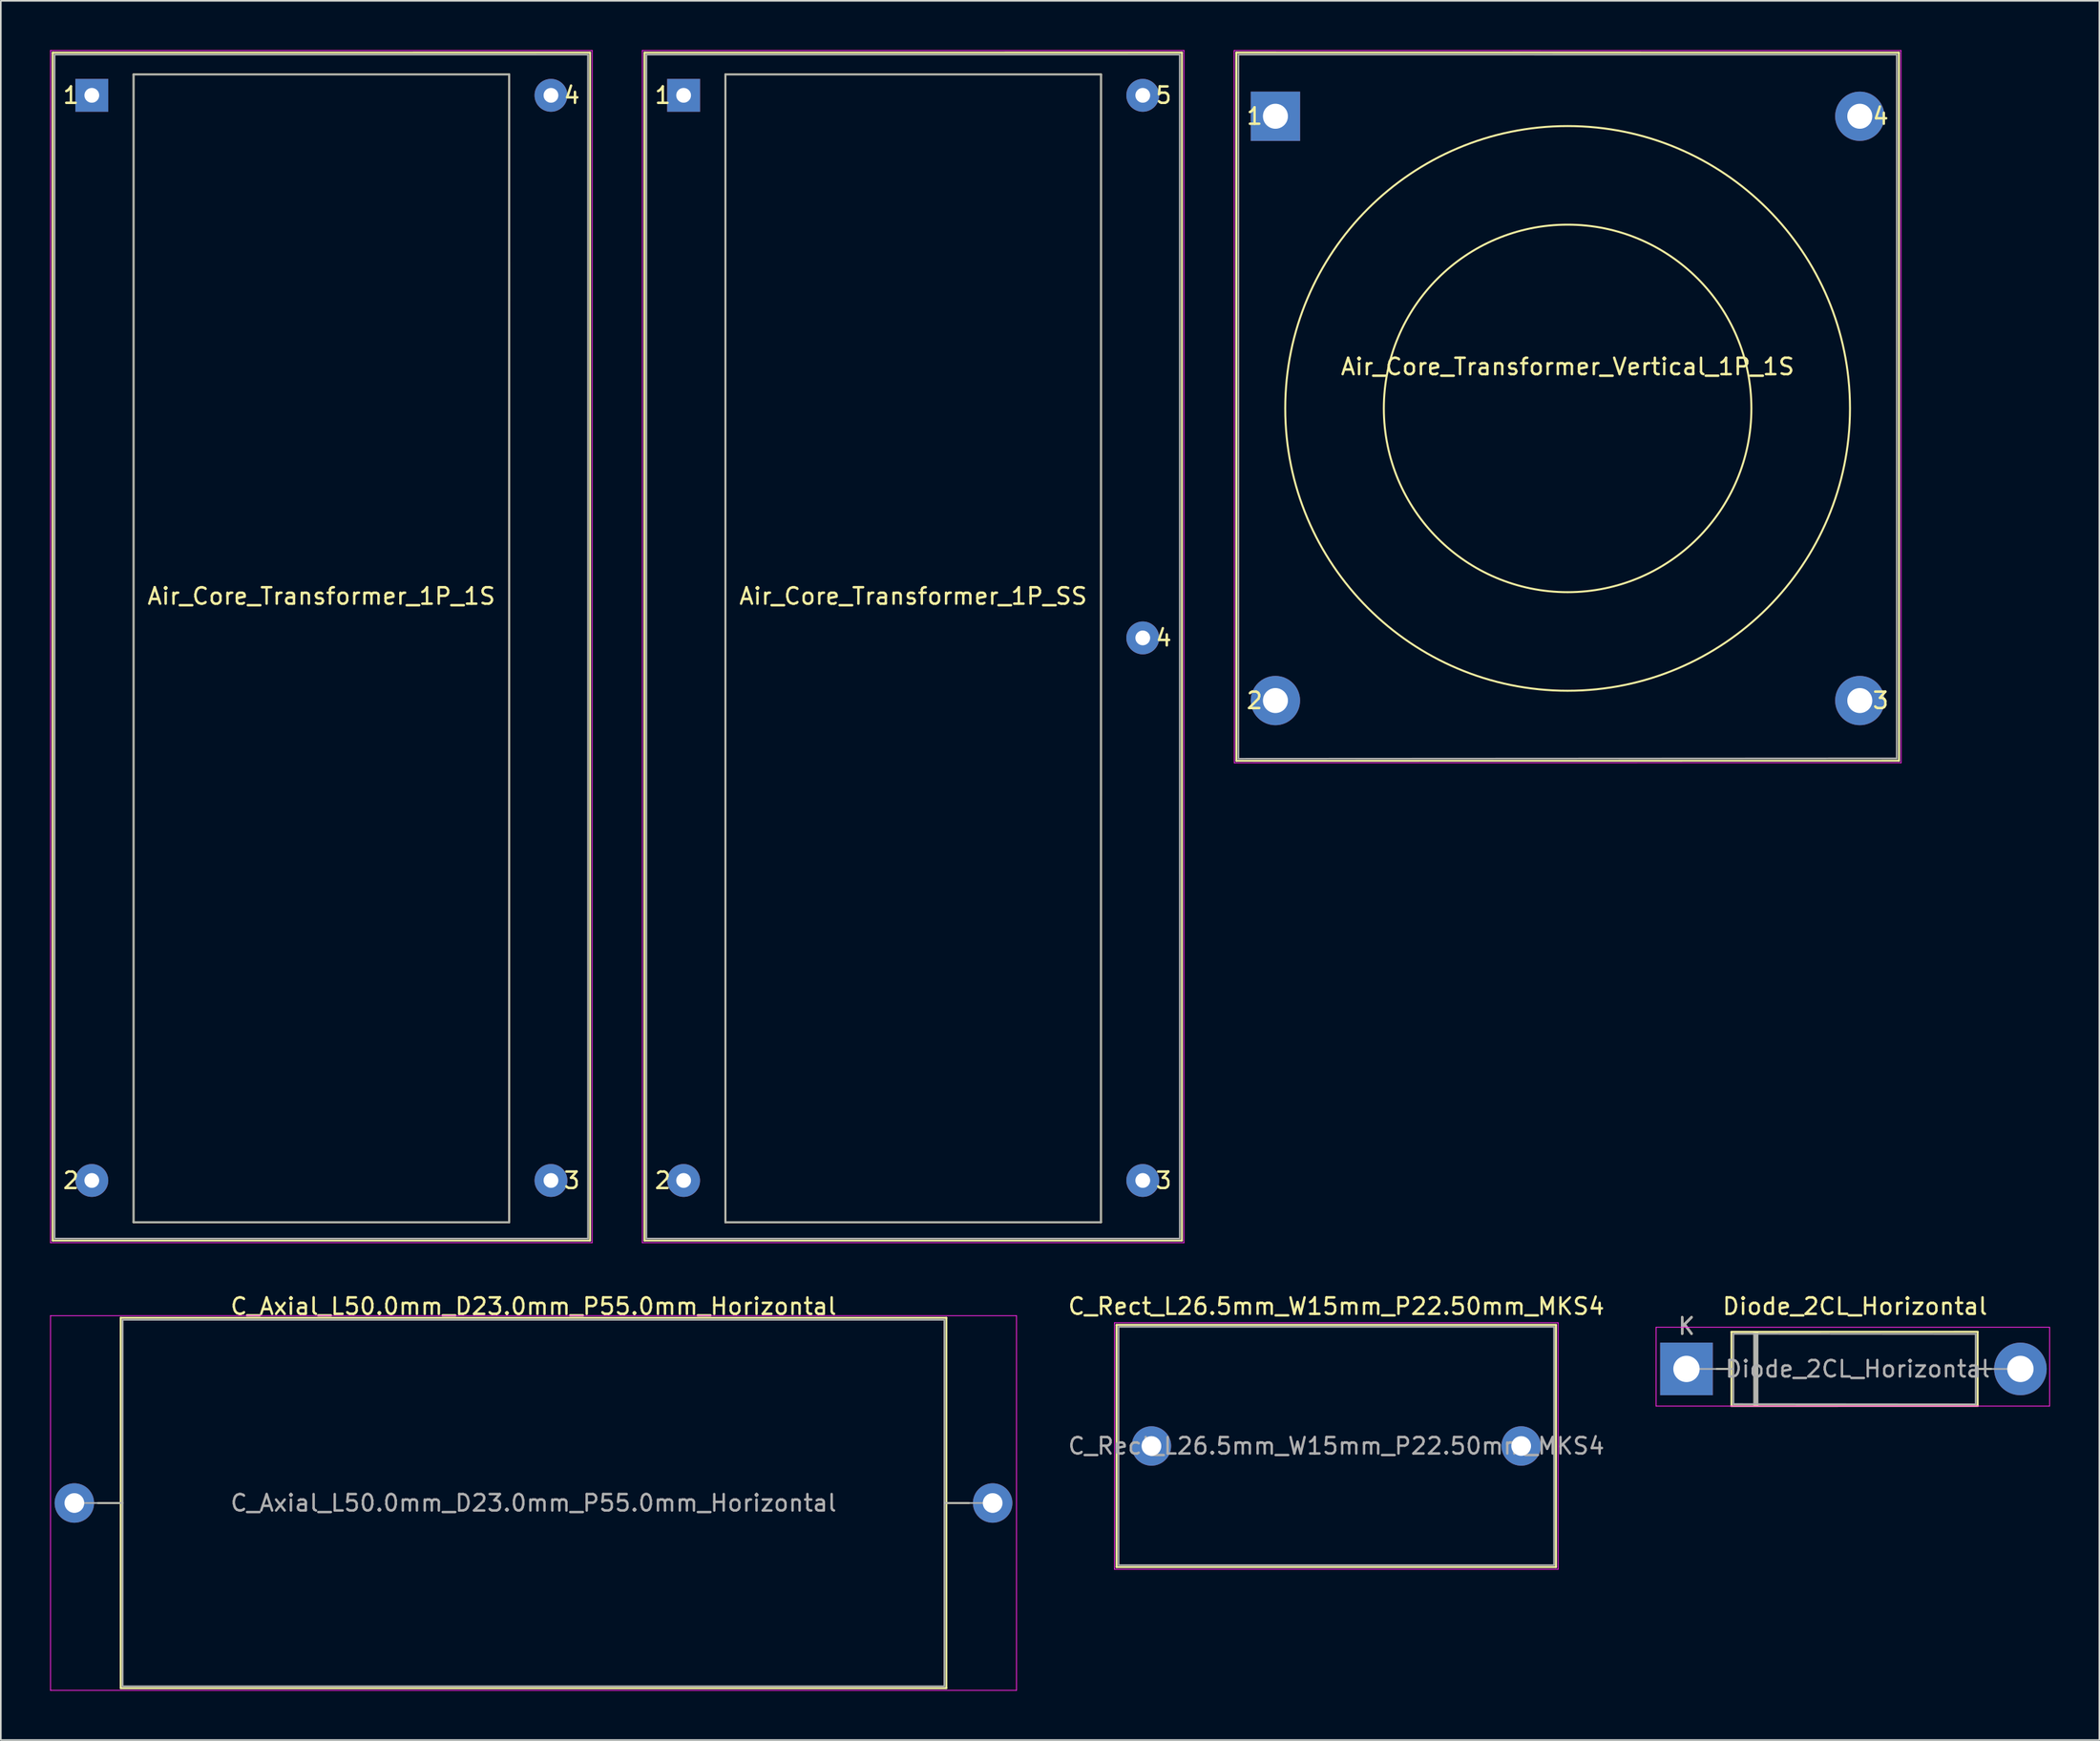
<source format=kicad_pcb>
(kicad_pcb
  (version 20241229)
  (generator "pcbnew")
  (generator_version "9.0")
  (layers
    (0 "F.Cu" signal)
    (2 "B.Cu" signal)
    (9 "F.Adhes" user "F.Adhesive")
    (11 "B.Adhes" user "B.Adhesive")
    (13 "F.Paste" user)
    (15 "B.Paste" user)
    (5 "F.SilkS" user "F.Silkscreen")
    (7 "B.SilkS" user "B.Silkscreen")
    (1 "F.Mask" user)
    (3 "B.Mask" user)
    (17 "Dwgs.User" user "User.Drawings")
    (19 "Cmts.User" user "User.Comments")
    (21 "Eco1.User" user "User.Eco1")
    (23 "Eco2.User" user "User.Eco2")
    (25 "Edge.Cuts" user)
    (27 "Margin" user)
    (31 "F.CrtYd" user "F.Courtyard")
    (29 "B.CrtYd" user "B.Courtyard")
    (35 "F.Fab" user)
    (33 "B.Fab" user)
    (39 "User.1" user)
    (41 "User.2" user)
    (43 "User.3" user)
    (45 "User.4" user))
  (footprint "Air_Core_Transformer_Vertical_1P_1S"
    (layer "F.Cu")
    (at 74.561 4.025)
    (property "Reference" "Air_Core_Transformer_Vertical_1P_1S" (at 17.78 15.24 0) (layer "F.SilkS") (effects (font (size 1 1) (thickness 0.15))))
    (attr through_hole)
    (fp_line (start -2.382 -3.875) (end -2.375 39.225) (stroke (width 0.12) (type solid)) (layer "F.SilkS"))
    (fp_line (start -2.382 -3.875) (end 37.94 -3.87) (stroke (width 0.12) (type solid)) (layer "F.SilkS"))
    (fp_line (start 37.94 -3.87) (end 37.948 39.218) (stroke (width 0.12) (type solid)) (layer "F.SilkS"))
    (fp_line (start 37.948 39.218) (end -2.375 39.225) (stroke (width 0.12) (type solid)) (layer "F.SilkS"))
    (fp_circle (center 17.78 17.78) (end 28.963 17.78) (stroke (width 0.12) (type solid)) (fill no) (layer "F.SilkS"))
    (fp_circle (center 17.78 17.78) (end 34.963 17.78) (stroke (width 0.12) (type solid)) (fill no) (layer "F.SilkS"))
    (fp_line (start -2.512 -4) (end -2.5 39.35) (stroke (width 0.05) (type solid)) (layer "F.CrtYd"))
    (fp_line (start -2.512 -4) (end 38.07 -3.997) (stroke (width 0.05) (type solid)) (layer "F.CrtYd"))
    (fp_line (start 38.07 -3.997) (end 38.075 39.345) (stroke (width 0.05) (type solid)) (layer "F.CrtYd"))
    (fp_line (start 38.075 39.345) (end -2.5 39.35) (stroke (width 0.05) (type solid)) (layer "F.CrtYd"))
    (fp_line (start -2.25 -3.75) (end 37.81 -3.747) (stroke (width 0.1) (type solid)) (layer "F.Fab"))
    (fp_line (start -2.25 39.1) (end -2.25 -3.75) (stroke (width 0.1) (type solid)) (layer "F.Fab"))
    (fp_line (start 37.808 39.078) (end -2.25 39.1) (stroke (width 0.1) (type solid)) (layer "F.Fab"))
    (fp_line (start 37.808 39.078) (end 37.81 -3.747) (stroke (width 0.1) (type solid)) (layer "F.Fab"))
    (fp_text user "4" (at 36.83 0 0) (layer "F.SilkS") (effects (font (size 1 1) (thickness 0.15))))
    (fp_text user "2" (at -1.27 35.56 0) (layer "F.SilkS") (effects (font (size 1 1) (thickness 0.15))))
    (fp_text user "3" (at 36.83 35.56 0) (layer "F.SilkS") (effects (font (size 1 1) (thickness 0.15))))
    (fp_text user "1" (at -1.27 0 0) (layer "F.SilkS") (effects (font (size 1 1) (thickness 0.15))))
    (pad "1" thru_hole rect (at 0 0) (size 3 3) (drill 1.52) (layers "*.Cu" "*.Mask"))
    (pad "2" thru_hole circle (at 0 35.56) (size 3 3) (drill 1.52) (layers "*.Cu" "*.Mask"))
    (pad "3" thru_hole circle (at 35.56 35.56) (size 3 3) (drill 1.52) (layers "*.Cu" "*.Mask"))
    (pad "4" thru_hole circle (at 35.56 0) (size 3 3) (drill 1.52) (layers "*.Cu" "*.Mask")))
  (footprint "C_Rect_L26.5mm_W15mm_P22.50mm_MKS4"
    (layer "F.Cu")
    (at 67.015 84.951)
    (property "Reference" "C_Rect_L26.5mm_W15mm_P22.50mm_MKS4" (at 11.25 -8.5 0) (layer "F.SilkS") (effects (font (size 1 1) (thickness 0.15))))
    (attr through_hole)
    (fp_line (start -2.12 -7.37) (end -2.12 7.37) (stroke (width 0.12) (type solid)) (layer "F.SilkS"))
    (fp_line (start -2.12 -7.37) (end 24.62 -7.37) (stroke (width 0.12) (type solid)) (layer "F.SilkS"))
    (fp_line (start -2.12 7.37) (end 24.62 7.37) (stroke (width 0.12) (type solid)) (layer "F.SilkS"))
    (fp_line (start 24.62 -7.37) (end 24.62 7.37) (stroke (width 0.12) (type solid)) (layer "F.SilkS"))
    (fp_line (start -2.25 -7.5) (end -2.25 7.5) (stroke (width 0.05) (type solid)) (layer "F.CrtYd"))
    (fp_line (start -2.25 7.5) (end 24.75 7.5) (stroke (width 0.05) (type solid)) (layer "F.CrtYd"))
    (fp_line (start 24.75 -7.5) (end -2.25 -7.5) (stroke (width 0.05) (type solid)) (layer "F.CrtYd"))
    (fp_line (start 24.75 7.5) (end 24.75 -7.5) (stroke (width 0.05) (type solid)) (layer "F.CrtYd"))
    (fp_line (start -2 -7.25) (end -2 7.25) (stroke (width 0.1) (type solid)) (layer "F.Fab"))
    (fp_line (start -2 7.25) (end 24.5 7.25) (stroke (width 0.1) (type solid)) (layer "F.Fab"))
    (fp_line (start 24.5 -7.25) (end -2 -7.25) (stroke (width 0.1) (type solid)) (layer "F.Fab"))
    (fp_line (start 24.5 7.25) (end 24.5 -7.25) (stroke (width 0.1) (type solid)) (layer "F.Fab"))
    (fp_text user "${REFERENCE}" (at 11.25 0 0) (layer "F.Fab") (effects (font (size 1 1) (thickness 0.15))))
    (pad "1" thru_hole circle (at 0 0) (size 2.4 2.4) (drill 1.2) (layers "*.Cu" "*.Mask"))
    (pad "2" thru_hole circle (at 22.5 0) (size 2.4 2.4) (drill 1.2) (layers "*.Cu" "*.Mask")))
  (footprint "Air_Core_Transformer_1P_SS"
    (layer "F.Cu")
    (at 38.549 2.752)
    (property "Reference" "Air_Core_Transformer_1P_SS" (at 13.97 30.48 0) (layer "F.SilkS") (effects (font (size 1 1) (thickness 0.15))))
    (attr through_hole)
    (fp_line (start -2.382 -2.597) (end -2.382 69.696) (stroke (width 0.12) (type solid)) (layer "F.SilkS"))
    (fp_line (start -2.382 -2.597) (end 30.32 -2.6) (stroke (width 0.12) (type solid)) (layer "F.SilkS"))
    (fp_line (start 2.54 68.58) (end 2.54 -1.27) (stroke (width 0.12) (type solid)) (layer "F.SilkS"))
    (fp_line (start 25.4 -1.27) (end 2.54 -1.27) (stroke (width 0.12) (type solid)) (layer "F.SilkS"))
    (fp_line (start 25.4 68.58) (end 2.54 68.58) (stroke (width 0.12) (type solid)) (layer "F.SilkS"))
    (fp_line (start 25.4 68.58) (end 25.4 -1.27) (stroke (width 0.12) (type solid)) (layer "F.SilkS"))
    (fp_line (start 30.32 -2.6) (end 30.32 69.696) (stroke (width 0.12) (type solid)) (layer "F.SilkS"))
    (fp_line (start 30.32 69.696) (end -2.382 69.696) (stroke (width 0.12) (type solid)) (layer "F.SilkS"))
    (fp_line (start -2.512 -2.727) (end -2.512 69.826) (stroke (width 0.05) (type solid)) (layer "F.CrtYd"))
    (fp_line (start -2.512 -2.727) (end 30.45 -2.727) (stroke (width 0.05) (type solid)) (layer "F.CrtYd"))
    (fp_line (start 30.448 69.826) (end -2.512 69.826) (stroke (width 0.05) (type solid)) (layer "F.CrtYd"))
    (fp_line (start 30.45 -2.727) (end 30.448 69.826) (stroke (width 0.05) (type solid)) (layer "F.CrtYd"))
    (fp_line (start -2.262 -2.477) (end 30.19 -2.477) (stroke (width 0.1) (type solid)) (layer "F.Fab"))
    (fp_line (start -2.262 69.576) (end -2.262 -2.477) (stroke (width 0.1) (type solid)) (layer "F.Fab"))
    (fp_line (start 2.54 -1.27) (end 2.54 68.58) (stroke (width 0.1) (type solid)) (layer "F.Fab"))
    (fp_line (start 2.54 -1.27) (end 25.4 -1.27) (stroke (width 0.1) (type solid)) (layer "F.Fab"))
    (fp_line (start 25.4 -1.27) (end 25.39 68.58) (stroke (width 0.1) (type solid)) (layer "F.Fab"))
    (fp_line (start 25.4 68.58) (end 2.53 68.58) (stroke (width 0.1) (type solid)) (layer "F.Fab"))
    (fp_line (start 30.192 69.576) (end -2.262 69.576) (stroke (width 0.1) (type solid)) (layer "F.Fab"))
    (fp_line (start 30.192 69.576) (end 30.19 -2.477) (stroke (width 0.1) (type solid)) (layer "F.Fab"))
    (fp_text user "3" (at 29.21 66.04 0) (layer "F.SilkS") (effects (font (size 1 1) (thickness 0.15))))
    (fp_text user "1" (at -1.27 0 0) (layer "F.SilkS") (effects (font (size 1 1) (thickness 0.15))))
    (fp_text user "5" (at 29.21 0 0) (layer "F.SilkS") (effects (font (size 1 1) (thickness 0.15))))
    (fp_text user "4" (at 29.21 33.02 0) (layer "F.SilkS") (effects (font (size 1 1) (thickness 0.15))))
    (fp_text user "2" (at -1.27 66.04 0) (layer "F.SilkS") (effects (font (size 1 1) (thickness 0.15))))
    (pad "1" thru_hole rect (at 0 0) (size 2 2) (drill 0.9) (layers "*.Cu" "*.Mask"))
    (pad "2" thru_hole circle (at 0 66.04) (size 2 2) (drill 0.9) (layers "*.Cu" "*.Mask"))
    (pad "3" thru_hole circle (at 27.94 66.04) (size 2 2) (drill 0.9) (layers "*.Cu" "*.Mask"))
    (pad "4" thru_hole circle (at 27.94 33.02) (size 2 2) (drill 0.9) (layers "*.Cu" "*.Mask"))
    (pad "5" thru_hole circle (at 27.94 0) (size 2 2) (drill 0.9) (layers "*.Cu" "*.Mask")))
  (footprint "Air_Core_Transformer_1P_1S"
    (layer "F.Cu")
    (at 2.537 2.752)
    (property "Reference" "Air_Core_Transformer_1P_1S" (at 13.97 30.48 0) (layer "F.SilkS") (effects (font (size 1 1) (thickness 0.15))))
    (attr through_hole)
    (fp_line (start -2.382 -2.597) (end -2.382 69.696) (stroke (width 0.12) (type solid)) (layer "F.SilkS"))
    (fp_line (start -2.382 -2.597) (end 30.32 -2.6) (stroke (width 0.12) (type solid)) (layer "F.SilkS"))
    (fp_line (start 2.54 68.58) (end 2.54 -1.27) (stroke (width 0.12) (type solid)) (layer "F.SilkS"))
    (fp_line (start 25.4 -1.27) (end 2.54 -1.27) (stroke (width 0.12) (type solid)) (layer "F.SilkS"))
    (fp_line (start 25.4 68.58) (end 2.54 68.58) (stroke (width 0.12) (type solid)) (layer "F.SilkS"))
    (fp_line (start 25.4 68.58) (end 25.4 -1.27) (stroke (width 0.12) (type solid)) (layer "F.SilkS"))
    (fp_line (start 30.32 -2.6) (end 30.32 69.696) (stroke (width 0.12) (type solid)) (layer "F.SilkS"))
    (fp_line (start 30.32 69.696) (end -2.382 69.696) (stroke (width 0.12) (type solid)) (layer "F.SilkS"))
    (fp_line (start -2.512 -2.727) (end -2.512 69.826) (stroke (width 0.05) (type solid)) (layer "F.CrtYd"))
    (fp_line (start -2.512 -2.727) (end 30.45 -2.727) (stroke (width 0.05) (type solid)) (layer "F.CrtYd"))
    (fp_line (start 30.448 69.826) (end -2.512 69.826) (stroke (width 0.05) (type solid)) (layer "F.CrtYd"))
    (fp_line (start 30.45 -2.727) (end 30.448 69.826) (stroke (width 0.05) (type solid)) (layer "F.CrtYd"))
    (fp_line (start -2.262 -2.477) (end 30.19 -2.477) (stroke (width 0.1) (type solid)) (layer "F.Fab"))
    (fp_line (start -2.262 69.576) (end -2.262 -2.477) (stroke (width 0.1) (type solid)) (layer "F.Fab"))
    (fp_line (start 2.54 -1.27) (end 2.54 68.58) (stroke (width 0.1) (type solid)) (layer "F.Fab"))
    (fp_line (start 2.54 -1.27) (end 25.4 -1.27) (stroke (width 0.1) (type solid)) (layer "F.Fab"))
    (fp_line (start 25.4 -1.27) (end 25.39 68.58) (stroke (width 0.1) (type solid)) (layer "F.Fab"))
    (fp_line (start 25.4 68.58) (end 2.53 68.58) (stroke (width 0.1) (type solid)) (layer "F.Fab"))
    (fp_line (start 30.192 69.576) (end -2.262 69.576) (stroke (width 0.1) (type solid)) (layer "F.Fab"))
    (fp_line (start 30.192 69.576) (end 30.19 -2.477) (stroke (width 0.1) (type solid)) (layer "F.Fab"))
    (fp_text user "2" (at -1.27 66.04 0) (layer "F.SilkS") (effects (font (size 1 1) (thickness 0.15))))
    (fp_text user "1" (at -1.27 0 0) (layer "F.SilkS") (effects (font (size 1 1) (thickness 0.15))))
    (fp_text user "3" (at 29.21 66.04 0) (layer "F.SilkS") (effects (font (size 1 1) (thickness 0.15))))
    (fp_text user "4" (at 29.21 0 0) (layer "F.SilkS") (effects (font (size 1 1) (thickness 0.15))))
    (pad "1" thru_hole rect (at 0 0) (size 2 2) (drill 0.9) (layers "*.Cu" "*.Mask"))
    (pad "2" thru_hole circle (at 0 66.04) (size 2 2) (drill 0.9) (layers "*.Cu" "*.Mask"))
    (pad "3" thru_hole circle (at 27.94 66.04) (size 2 2) (drill 0.9) (layers "*.Cu" "*.Mask"))
    (pad "4" thru_hole circle (at 27.94 0) (size 2 2) (drill 0.9) (layers "*.Cu" "*.Mask")))
  (footprint "Diode_2CL_Horizontal"
    (layer "F.Cu")
    (at 99.574 80.261)
    (property "Reference" "Diode_2CL_Horizontal" (at 10.254 -3.81 0) (layer "F.SilkS") (effects (font (size 1 1) (thickness 0.15))))
    (attr through_hole)
    (fp_line (start 1.84 0) (end 2.667 0) (stroke (width 0.12) (type solid)) (layer "F.SilkS"))
    (fp_line (start 2.739 -2.257) (end 2.739 2.257) (stroke (width 0.12) (type solid)) (layer "F.SilkS"))
    (fp_line (start 2.739 2.257) (end 17.718 2.253) (stroke (width 0.12) (type solid)) (layer "F.SilkS"))
    (fp_line (start 4.128 -2.223) (end 4.128 2.223) (stroke (width 0.12) (type solid)) (layer "F.SilkS"))
    (fp_line (start 4.224 -2.223) (end 4.224 2.223) (stroke (width 0.12) (type solid)) (layer "F.SilkS"))
    (fp_line (start 4.318 -2.223) (end 4.318 2.223) (stroke (width 0.12) (type solid)) (layer "F.SilkS"))
    (fp_line (start 17.718 -2.261) (end 2.739 -2.257) (stroke (width 0.12) (type solid)) (layer "F.SilkS"))
    (fp_line (start 17.718 2.253) (end 17.718 -2.261) (stroke (width 0.12) (type solid)) (layer "F.SilkS"))
    (fp_line (start 18.542 0) (end 17.729 0) (stroke (width 0.12) (type solid)) (layer "F.SilkS"))
    (fp_line (start -1.85 -2.54) (end -1.85 2.26) (stroke (width 0.05) (type solid)) (layer "F.CrtYd"))
    (fp_line (start -1.85 2.26) (end 22.098 2.26) (stroke (width 0.05) (type solid)) (layer "F.CrtYd"))
    (fp_line (start 22.098 -2.54) (end -1.85 -2.54) (stroke (width 0.05) (type solid)) (layer "F.CrtYd"))
    (fp_line (start 22.098 2.26) (end 22.098 -2.54) (stroke (width 0.05) (type solid)) (layer "F.CrtYd"))
    (fp_line (start 0 0) (end 2.794 0) (stroke (width 0.1) (type solid)) (layer "F.Fab"))
    (fp_line (start 2.859 -2.137) (end 2.859 2.137) (stroke (width 0.1) (type solid)) (layer "F.Fab"))
    (fp_line (start 2.859 2.137) (end 17.598 2.15) (stroke (width 0.1) (type solid)) (layer "F.Fab"))
    (fp_line (start 4.124 -2.159) (end 4.128 2.095) (stroke (width 0.1) (type solid)) (layer "F.Fab"))
    (fp_line (start 4.224 -2.095) (end 4.224 2.095) (stroke (width 0.1) (type solid)) (layer "F.Fab"))
    (fp_line (start 4.318 -2.095) (end 4.324 2.095) (stroke (width 0.1) (type solid)) (layer "F.Fab"))
    (fp_line (start 17.598 -2.124) (end 2.859 -2.137) (stroke (width 0.1) (type solid)) (layer "F.Fab"))
    (fp_line (start 17.598 2.15) (end 17.598 -2.124) (stroke (width 0.1) (type solid)) (layer "F.Fab"))
    (fp_line (start 20 0) (end 17.653 0) (stroke (width 0.1) (type solid)) (layer "F.Fab"))
    (fp_text user "K" (at 0 -2.6 0) (layer "F.SilkS") (effects (font (size 1 1) (thickness 0.15))))
    (fp_text user "K" (at 0 -2.6 0) (layer "F.Fab") (effects (font (size 1 1) (thickness 0.15))))
    (fp_text user "${REFERENCE}" (at 10.414 0 0) (layer "F.Fab") (effects (font (size 1 1) (thickness 0.15))))
    (pad "1" thru_hole rect (at 0 0) (size 3.2 3.2) (drill 1.6) (layers "*.Cu" "*.Mask"))
    (pad "2" thru_hole oval (at 20.32 0) (size 3.2 3.2) (drill 1.6) (layers "*.Cu" "*.Mask")))
  (footprint "C_Axial_L50.0mm_D23.0mm_P55.0mm_Horizontal"
    (layer "F.Cu")
    (at 1.475 88.421)
    (property "Reference" "C_Axial_L50.0mm_D23.0mm_P55.0mm_Horizontal" (at 27.94 -11.97 0) (layer "F.SilkS") (effects (font (size 1 1) (thickness 0.15))))
    (attr through_hole)
    (fp_line (start 1.44 0) (end 2.82 0) (stroke (width 0.12) (type solid)) (layer "F.SilkS"))
    (fp_line (start 2.82 -11.27) (end 2.82 11.27) (stroke (width 0.12) (type solid)) (layer "F.SilkS"))
    (fp_line (start 2.82 11.27) (end 53.06 11.27) (stroke (width 0.12) (type solid)) (layer "F.SilkS"))
    (fp_line (start 53.06 -11.27) (end 2.82 -11.27) (stroke (width 0.12) (type solid)) (layer "F.SilkS"))
    (fp_line (start 53.06 11.27) (end 53.06 -11.27) (stroke (width 0.12) (type solid)) (layer "F.SilkS"))
    (fp_line (start 54.44 0) (end 53.06 0) (stroke (width 0.12) (type solid)) (layer "F.SilkS"))
    (fp_line (start -1.45 -11.4) (end -1.45 11.4) (stroke (width 0.05) (type solid)) (layer "F.CrtYd"))
    (fp_line (start -1.45 11.4) (end 57.33 11.4) (stroke (width 0.05) (type solid)) (layer "F.CrtYd"))
    (fp_line (start 57.33 -11.4) (end -1.45 -11.4) (stroke (width 0.05) (type solid)) (layer "F.CrtYd"))
    (fp_line (start 57.33 11.4) (end 57.33 -11.4) (stroke (width 0.05) (type solid)) (layer "F.CrtYd"))
    (fp_line (start 0 0) (end 2.94 0) (stroke (width 0.1) (type solid)) (layer "F.Fab"))
    (fp_line (start 2.94 -11.15) (end 2.94 11.15) (stroke (width 0.1) (type solid)) (layer "F.Fab"))
    (fp_line (start 2.94 11.15) (end 52.94 11.15) (stroke (width 0.1) (type solid)) (layer "F.Fab"))
    (fp_line (start 52.94 -11.15) (end 2.94 -11.15) (stroke (width 0.1) (type solid)) (layer "F.Fab"))
    (fp_line (start 52.94 11.15) (end 52.94 -11.15) (stroke (width 0.1) (type solid)) (layer "F.Fab"))
    (fp_line (start 55.88 0) (end 52.94 0) (stroke (width 0.1) (type solid)) (layer "F.Fab"))
    (fp_text user "${REFERENCE}" (at 27.94 0 0) (layer "F.Fab") (effects (font (size 1 1) (thickness 0.15))))
    (pad "1" thru_hole circle (at 0 0) (size 2.4 2.4) (drill 1.2) (layers "*.Cu" "*.Mask"))
    (pad "2" thru_hole oval (at 55.88 0) (size 2.4 2.4) (drill 1.2) (layers "*.Cu" "*.Mask")))
  (gr_rect
    (start -3 -3)
    (end 124.697 102.846)
    (stroke (width 0.1) (type default))
    (fill no)
    (layer "Edge.Cuts")))
</source>
